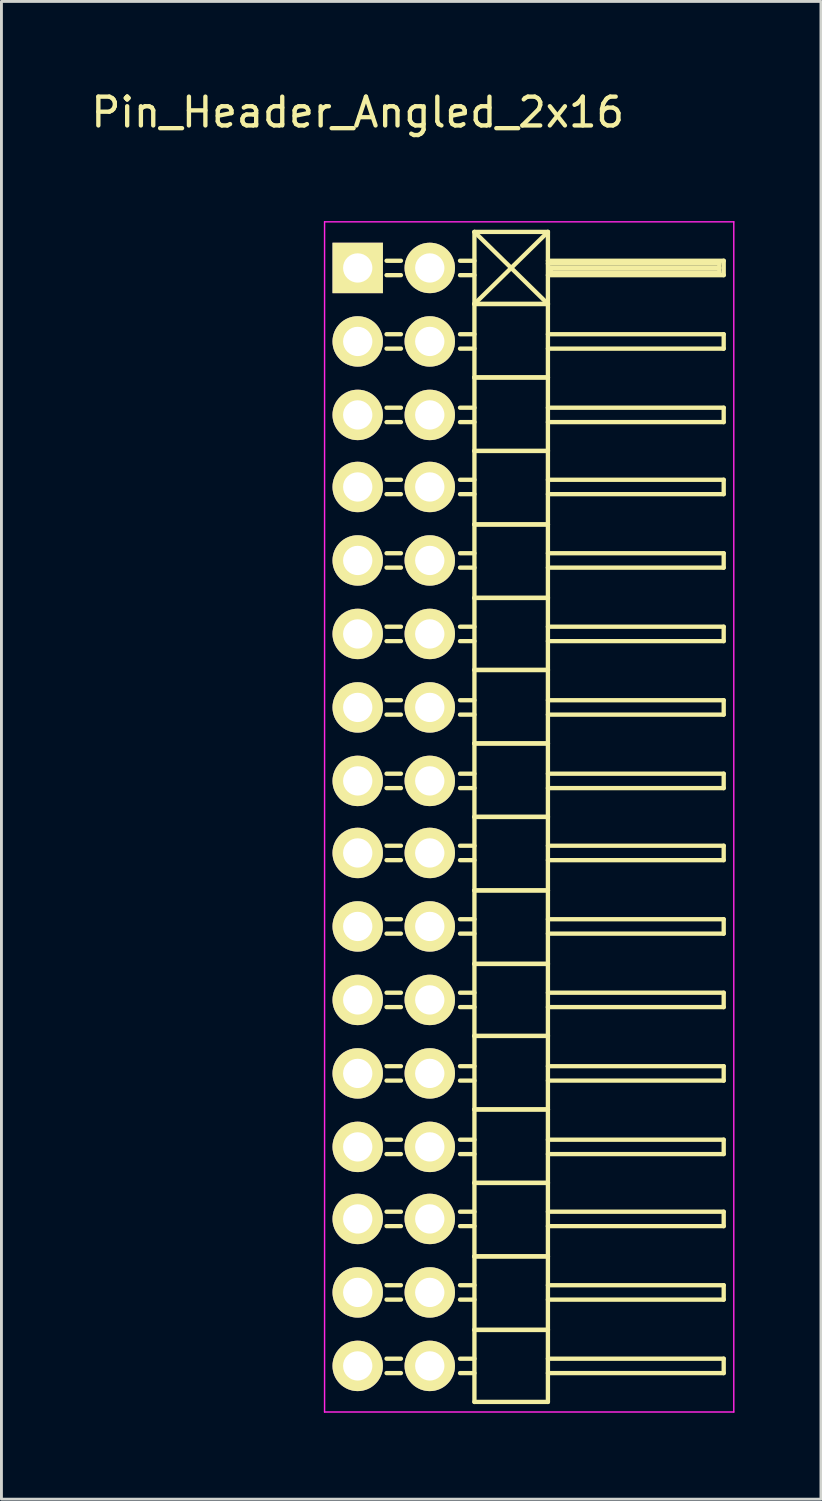
<source format=kicad_pcb>
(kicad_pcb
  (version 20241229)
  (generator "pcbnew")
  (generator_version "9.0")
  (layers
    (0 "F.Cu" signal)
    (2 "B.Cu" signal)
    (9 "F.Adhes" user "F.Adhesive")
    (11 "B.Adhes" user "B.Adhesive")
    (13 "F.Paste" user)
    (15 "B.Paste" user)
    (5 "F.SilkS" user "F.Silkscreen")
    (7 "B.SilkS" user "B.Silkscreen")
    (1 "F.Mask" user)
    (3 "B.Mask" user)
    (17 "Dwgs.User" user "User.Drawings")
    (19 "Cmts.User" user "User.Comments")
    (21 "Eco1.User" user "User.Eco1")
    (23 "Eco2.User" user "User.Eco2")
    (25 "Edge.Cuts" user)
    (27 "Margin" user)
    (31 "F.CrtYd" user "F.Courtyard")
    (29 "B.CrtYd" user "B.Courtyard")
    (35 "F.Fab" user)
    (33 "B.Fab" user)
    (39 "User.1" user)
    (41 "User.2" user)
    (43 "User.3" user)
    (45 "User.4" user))
  (footprint "Pin_Header_Angled_2x16"
    (layer "F.Cu")
    (at 9.363 6.248)
    (property "Reference" "Pin_Header_Angled_2x16" (at 0 -5.4 0) (layer "F.SilkS") (effects (font (size 1 1) (thickness 0.15))))
    (attr through_hole)
    (fp_line (start 1.5 -0.25) (end 1 -0.25) (stroke (width 0.15) (type solid)) (layer "F.SilkS"))
    (fp_line (start 1.5 0.25) (end 1 0.25) (stroke (width 0.15) (type solid)) (layer "F.SilkS"))
    (fp_line (start 1.5 2.3) (end 1 2.3) (stroke (width 0.15) (type solid)) (layer "F.SilkS"))
    (fp_line (start 1.5 2.8) (end 1 2.8) (stroke (width 0.15) (type solid)) (layer "F.SilkS"))
    (fp_line (start 1.5 4.85) (end 1 4.85) (stroke (width 0.15) (type solid)) (layer "F.SilkS"))
    (fp_line (start 1.5 5.35) (end 1 5.35) (stroke (width 0.15) (type solid)) (layer "F.SilkS"))
    (fp_line (start 1.5 7.35) (end 1 7.35) (stroke (width 0.15) (type solid)) (layer "F.SilkS"))
    (fp_line (start 1.5 7.85) (end 1 7.85) (stroke (width 0.15) (type solid)) (layer "F.SilkS"))
    (fp_line (start 1.5 9.9) (end 1 9.9) (stroke (width 0.15) (type solid)) (layer "F.SilkS"))
    (fp_line (start 1.5 10.4) (end 1 10.4) (stroke (width 0.15) (type solid)) (layer "F.SilkS"))
    (fp_line (start 1.5 12.45) (end 1 12.45) (stroke (width 0.15) (type solid)) (layer "F.SilkS"))
    (fp_line (start 1.5 12.95) (end 1 12.95) (stroke (width 0.15) (type solid)) (layer "F.SilkS"))
    (fp_line (start 1.5 15) (end 1 15) (stroke (width 0.15) (type solid)) (layer "F.SilkS"))
    (fp_line (start 1.5 15.5) (end 1 15.5) (stroke (width 0.15) (type solid)) (layer "F.SilkS"))
    (fp_line (start 1.5 17.55) (end 1 17.55) (stroke (width 0.15) (type solid)) (layer "F.SilkS"))
    (fp_line (start 1.5 18.05) (end 1 18.05) (stroke (width 0.15) (type solid)) (layer "F.SilkS"))
    (fp_line (start 1.5 20.05) (end 1 20.05) (stroke (width 0.15) (type solid)) (layer "F.SilkS"))
    (fp_line (start 1.5 20.55) (end 1 20.55) (stroke (width 0.15) (type solid)) (layer "F.SilkS"))
    (fp_line (start 1.5 22.6) (end 1 22.6) (stroke (width 0.15) (type solid)) (layer "F.SilkS"))
    (fp_line (start 1.5 23.1) (end 1 23.1) (stroke (width 0.15) (type solid)) (layer "F.SilkS"))
    (fp_line (start 1.5 25.15) (end 1 25.15) (stroke (width 0.15) (type solid)) (layer "F.SilkS"))
    (fp_line (start 1.5 25.65) (end 1 25.65) (stroke (width 0.15) (type solid)) (layer "F.SilkS"))
    (fp_line (start 1.5 27.7) (end 1 27.7) (stroke (width 0.15) (type solid)) (layer "F.SilkS"))
    (fp_line (start 1.5 28.2) (end 1 28.2) (stroke (width 0.15) (type solid)) (layer "F.SilkS"))
    (fp_line (start 1.5 30.25) (end 1 30.25) (stroke (width 0.15) (type solid)) (layer "F.SilkS"))
    (fp_line (start 1.5 30.75) (end 1 30.75) (stroke (width 0.15) (type solid)) (layer "F.SilkS"))
    (fp_line (start 1.5 32.75) (end 1 32.75) (stroke (width 0.15) (type solid)) (layer "F.SilkS"))
    (fp_line (start 1.5 33.25) (end 1 33.25) (stroke (width 0.15) (type solid)) (layer "F.SilkS"))
    (fp_line (start 1.5 35.3) (end 1 35.3) (stroke (width 0.15) (type solid)) (layer "F.SilkS"))
    (fp_line (start 1.5 35.8) (end 1 35.8) (stroke (width 0.15) (type solid)) (layer "F.SilkS"))
    (fp_line (start 1.5 37.85) (end 1 37.85) (stroke (width 0.15) (type solid)) (layer "F.SilkS"))
    (fp_line (start 1.5 38.35) (end 1 38.35) (stroke (width 0.15) (type solid)) (layer "F.SilkS"))
    (fp_line (start 4.05 -1.25) (end 4.05 1.25) (stroke (width 0.15) (type solid)) (layer "F.SilkS"))
    (fp_line (start 4.05 -1.25) (end 6.6 -1.25) (stroke (width 0.15) (type solid)) (layer "F.SilkS"))
    (fp_line (start 4.05 -1.25) (end 6.6 1.25) (stroke (width 0.15) (type solid)) (layer "F.SilkS"))
    (fp_line (start 4.05 -0.25) (end 3.55 -0.25) (stroke (width 0.15) (type solid)) (layer "F.SilkS"))
    (fp_line (start 4.05 0.25) (end 3.55 0.25) (stroke (width 0.15) (type solid)) (layer "F.SilkS"))
    (fp_line (start 4.05 1.25) (end 4.05 3.8) (stroke (width 0.15) (type solid)) (layer "F.SilkS"))
    (fp_line (start 4.05 1.25) (end 6.6 1.25) (stroke (width 0.15) (type solid)) (layer "F.SilkS"))
    (fp_line (start 4.05 1.25) (end 6.6 1.25) (stroke (width 0.15) (type solid)) (layer "F.SilkS"))
    (fp_line (start 4.05 2.3) (end 3.55 2.3) (stroke (width 0.15) (type solid)) (layer "F.SilkS"))
    (fp_line (start 4.05 2.8) (end 3.55 2.8) (stroke (width 0.15) (type solid)) (layer "F.SilkS"))
    (fp_line (start 4.05 3.8) (end 4.05 6.35) (stroke (width 0.15) (type solid)) (layer "F.SilkS"))
    (fp_line (start 4.05 3.8) (end 6.6 3.8) (stroke (width 0.15) (type solid)) (layer "F.SilkS"))
    (fp_line (start 4.05 3.8) (end 6.6 3.8) (stroke (width 0.15) (type solid)) (layer "F.SilkS"))
    (fp_line (start 4.05 4.85) (end 3.55 4.85) (stroke (width 0.15) (type solid)) (layer "F.SilkS"))
    (fp_line (start 4.05 5.35) (end 3.55 5.35) (stroke (width 0.15) (type solid)) (layer "F.SilkS"))
    (fp_line (start 4.05 6.35) (end 4.05 8.9) (stroke (width 0.15) (type solid)) (layer "F.SilkS"))
    (fp_line (start 4.05 6.35) (end 6.6 6.35) (stroke (width 0.15) (type solid)) (layer "F.SilkS"))
    (fp_line (start 4.05 6.35) (end 6.6 6.35) (stroke (width 0.15) (type solid)) (layer "F.SilkS"))
    (fp_line (start 4.05 7.35) (end 3.55 7.35) (stroke (width 0.15) (type solid)) (layer "F.SilkS"))
    (fp_line (start 4.05 7.85) (end 3.55 7.85) (stroke (width 0.15) (type solid)) (layer "F.SilkS"))
    (fp_line (start 4.05 8.9) (end 4.05 11.45) (stroke (width 0.15) (type solid)) (layer "F.SilkS"))
    (fp_line (start 4.05 8.9) (end 6.6 8.9) (stroke (width 0.15) (type solid)) (layer "F.SilkS"))
    (fp_line (start 4.05 8.9) (end 6.6 8.9) (stroke (width 0.15) (type solid)) (layer "F.SilkS"))
    (fp_line (start 4.05 9.9) (end 3.55 9.9) (stroke (width 0.15) (type solid)) (layer "F.SilkS"))
    (fp_line (start 4.05 10.4) (end 3.55 10.4) (stroke (width 0.15) (type solid)) (layer "F.SilkS"))
    (fp_line (start 4.05 11.45) (end 4.05 13.95) (stroke (width 0.15) (type solid)) (layer "F.SilkS"))
    (fp_line (start 4.05 11.45) (end 6.6 11.45) (stroke (width 0.15) (type solid)) (layer "F.SilkS"))
    (fp_line (start 4.05 11.45) (end 6.6 11.45) (stroke (width 0.15) (type solid)) (layer "F.SilkS"))
    (fp_line (start 4.05 12.45) (end 3.55 12.45) (stroke (width 0.15) (type solid)) (layer "F.SilkS"))
    (fp_line (start 4.05 12.95) (end 3.55 12.95) (stroke (width 0.15) (type solid)) (layer "F.SilkS"))
    (fp_line (start 4.05 13.95) (end 4.05 16.5) (stroke (width 0.15) (type solid)) (layer "F.SilkS"))
    (fp_line (start 4.05 13.95) (end 6.6 13.95) (stroke (width 0.15) (type solid)) (layer "F.SilkS"))
    (fp_line (start 4.05 13.95) (end 6.6 13.95) (stroke (width 0.15) (type solid)) (layer "F.SilkS"))
    (fp_line (start 4.05 15) (end 3.55 15) (stroke (width 0.15) (type solid)) (layer "F.SilkS"))
    (fp_line (start 4.05 15.5) (end 3.55 15.5) (stroke (width 0.15) (type solid)) (layer "F.SilkS"))
    (fp_line (start 4.05 16.5) (end 4.05 19.05) (stroke (width 0.15) (type solid)) (layer "F.SilkS"))
    (fp_line (start 4.05 16.5) (end 6.6 16.5) (stroke (width 0.15) (type solid)) (layer "F.SilkS"))
    (fp_line (start 4.05 16.5) (end 6.6 16.5) (stroke (width 0.15) (type solid)) (layer "F.SilkS"))
    (fp_line (start 4.05 17.55) (end 3.55 17.55) (stroke (width 0.15) (type solid)) (layer "F.SilkS"))
    (fp_line (start 4.05 18.05) (end 3.55 18.05) (stroke (width 0.15) (type solid)) (layer "F.SilkS"))
    (fp_line (start 4.05 19.05) (end 4.05 21.6) (stroke (width 0.15) (type solid)) (layer "F.SilkS"))
    (fp_line (start 4.05 19.05) (end 6.6 19.05) (stroke (width 0.15) (type solid)) (layer "F.SilkS"))
    (fp_line (start 4.05 19.05) (end 6.6 19.05) (stroke (width 0.15) (type solid)) (layer "F.SilkS"))
    (fp_line (start 4.05 20.05) (end 3.55 20.05) (stroke (width 0.15) (type solid)) (layer "F.SilkS"))
    (fp_line (start 4.05 20.55) (end 3.55 20.55) (stroke (width 0.15) (type solid)) (layer "F.SilkS"))
    (fp_line (start 4.05 21.6) (end 4.05 24.15) (stroke (width 0.15) (type solid)) (layer "F.SilkS"))
    (fp_line (start 4.05 21.6) (end 6.6 21.6) (stroke (width 0.15) (type solid)) (layer "F.SilkS"))
    (fp_line (start 4.05 21.6) (end 6.6 21.6) (stroke (width 0.15) (type solid)) (layer "F.SilkS"))
    (fp_line (start 4.05 22.6) (end 3.55 22.6) (stroke (width 0.15) (type solid)) (layer "F.SilkS"))
    (fp_line (start 4.05 23.1) (end 3.55 23.1) (stroke (width 0.15) (type solid)) (layer "F.SilkS"))
    (fp_line (start 4.05 24.15) (end 4.05 26.65) (stroke (width 0.15) (type solid)) (layer "F.SilkS"))
    (fp_line (start 4.05 24.15) (end 6.6 24.15) (stroke (width 0.15) (type solid)) (layer "F.SilkS"))
    (fp_line (start 4.05 24.15) (end 6.6 24.15) (stroke (width 0.15) (type solid)) (layer "F.SilkS"))
    (fp_line (start 4.05 25.15) (end 3.55 25.15) (stroke (width 0.15) (type solid)) (layer "F.SilkS"))
    (fp_line (start 4.05 25.65) (end 3.55 25.65) (stroke (width 0.15) (type solid)) (layer "F.SilkS"))
    (fp_line (start 4.05 26.65) (end 4.05 29.2) (stroke (width 0.15) (type solid)) (layer "F.SilkS"))
    (fp_line (start 4.05 26.65) (end 6.6 26.65) (stroke (width 0.15) (type solid)) (layer "F.SilkS"))
    (fp_line (start 4.05 26.65) (end 6.6 26.65) (stroke (width 0.15) (type solid)) (layer "F.SilkS"))
    (fp_line (start 4.05 27.7) (end 3.55 27.7) (stroke (width 0.15) (type solid)) (layer "F.SilkS"))
    (fp_line (start 4.05 28.2) (end 3.55 28.2) (stroke (width 0.15) (type solid)) (layer "F.SilkS"))
    (fp_line (start 4.05 29.2) (end 4.05 31.75) (stroke (width 0.15) (type solid)) (layer "F.SilkS"))
    (fp_line (start 4.05 29.2) (end 6.6 29.2) (stroke (width 0.15) (type solid)) (layer "F.SilkS"))
    (fp_line (start 4.05 29.2) (end 6.6 29.2) (stroke (width 0.15) (type solid)) (layer "F.SilkS"))
    (fp_line (start 4.05 30.25) (end 3.55 30.25) (stroke (width 0.15) (type solid)) (layer "F.SilkS"))
    (fp_line (start 4.05 30.75) (end 3.55 30.75) (stroke (width 0.15) (type solid)) (layer "F.SilkS"))
    (fp_line (start 4.05 31.75) (end 4.05 34.3) (stroke (width 0.15) (type solid)) (layer "F.SilkS"))
    (fp_line (start 4.05 31.75) (end 6.6 31.75) (stroke (width 0.15) (type solid)) (layer "F.SilkS"))
    (fp_line (start 4.05 31.75) (end 6.6 31.75) (stroke (width 0.15) (type solid)) (layer "F.SilkS"))
    (fp_line (start 4.05 32.75) (end 3.55 32.75) (stroke (width 0.15) (type solid)) (layer "F.SilkS"))
    (fp_line (start 4.05 33.25) (end 3.55 33.25) (stroke (width 0.15) (type solid)) (layer "F.SilkS"))
    (fp_line (start 4.05 34.3) (end 4.05 36.85) (stroke (width 0.15) (type solid)) (layer "F.SilkS"))
    (fp_line (start 4.05 34.3) (end 6.6 34.3) (stroke (width 0.15) (type solid)) (layer "F.SilkS"))
    (fp_line (start 4.05 34.3) (end 6.6 34.3) (stroke (width 0.15) (type solid)) (layer "F.SilkS"))
    (fp_line (start 4.05 35.3) (end 3.55 35.3) (stroke (width 0.15) (type solid)) (layer "F.SilkS"))
    (fp_line (start 4.05 35.8) (end 3.55 35.8) (stroke (width 0.15) (type solid)) (layer "F.SilkS"))
    (fp_line (start 4.05 36.85) (end 4.05 39.35) (stroke (width 0.15) (type solid)) (layer "F.SilkS"))
    (fp_line (start 4.05 36.85) (end 6.6 36.85) (stroke (width 0.15) (type solid)) (layer "F.SilkS"))
    (fp_line (start 4.05 36.85) (end 6.6 36.85) (stroke (width 0.15) (type solid)) (layer "F.SilkS"))
    (fp_line (start 4.05 37.85) (end 3.55 37.85) (stroke (width 0.15) (type solid)) (layer "F.SilkS"))
    (fp_line (start 4.05 38.35) (end 3.55 38.35) (stroke (width 0.15) (type solid)) (layer "F.SilkS"))
    (fp_line (start 4.05 39.35) (end 6.6 39.35) (stroke (width 0.15) (type solid)) (layer "F.SilkS"))
    (fp_line (start 6.6 -1.25) (end 4.05 1.25) (stroke (width 0.15) (type solid)) (layer "F.SilkS"))
    (fp_line (start 6.6 -0.25) (end 12.7 -0.25) (stroke (width 0.15) (type solid)) (layer "F.SilkS"))
    (fp_line (start 6.6 -0.15) (end 12.55 -0.15) (stroke (width 0.15) (type solid)) (layer "F.SilkS"))
    (fp_line (start 6.6 1.25) (end 6.6 -1.25) (stroke (width 0.15) (type solid)) (layer "F.SilkS"))
    (fp_line (start 6.6 2.3) (end 12.7 2.3) (stroke (width 0.15) (type solid)) (layer "F.SilkS"))
    (fp_line (start 6.6 3.8) (end 6.6 1.25) (stroke (width 0.15) (type solid)) (layer "F.SilkS"))
    (fp_line (start 6.6 4.85) (end 12.7 4.85) (stroke (width 0.15) (type solid)) (layer "F.SilkS"))
    (fp_line (start 6.6 6.35) (end 6.6 3.8) (stroke (width 0.15) (type solid)) (layer "F.SilkS"))
    (fp_line (start 6.6 7.35) (end 12.7 7.35) (stroke (width 0.15) (type solid)) (layer "F.SilkS"))
    (fp_line (start 6.6 8.9) (end 6.6 6.35) (stroke (width 0.15) (type solid)) (layer "F.SilkS"))
    (fp_line (start 6.6 9.9) (end 12.7 9.9) (stroke (width 0.15) (type solid)) (layer "F.SilkS"))
    (fp_line (start 6.6 11.45) (end 6.6 8.9) (stroke (width 0.15) (type solid)) (layer "F.SilkS"))
    (fp_line (start 6.6 12.45) (end 12.7 12.45) (stroke (width 0.15) (type solid)) (layer "F.SilkS"))
    (fp_line (start 6.6 13.95) (end 6.6 11.45) (stroke (width 0.15) (type solid)) (layer "F.SilkS"))
    (fp_line (start 6.6 15) (end 12.7 15) (stroke (width 0.15) (type solid)) (layer "F.SilkS"))
    (fp_line (start 6.6 16.5) (end 6.6 13.95) (stroke (width 0.15) (type solid)) (layer "F.SilkS"))
    (fp_line (start 6.6 17.55) (end 12.7 17.55) (stroke (width 0.15) (type solid)) (layer "F.SilkS"))
    (fp_line (start 6.6 19.05) (end 6.6 16.5) (stroke (width 0.15) (type solid)) (layer "F.SilkS"))
    (fp_line (start 6.6 20.05) (end 12.7 20.05) (stroke (width 0.15) (type solid)) (layer "F.SilkS"))
    (fp_line (start 6.6 21.6) (end 6.6 19.05) (stroke (width 0.15) (type solid)) (layer "F.SilkS"))
    (fp_line (start 6.6 22.6) (end 12.7 22.6) (stroke (width 0.15) (type solid)) (layer "F.SilkS"))
    (fp_line (start 6.6 24.15) (end 6.6 21.6) (stroke (width 0.15) (type solid)) (layer "F.SilkS"))
    (fp_line (start 6.6 25.15) (end 12.7 25.15) (stroke (width 0.15) (type solid)) (layer "F.SilkS"))
    (fp_line (start 6.6 26.65) (end 6.6 24.15) (stroke (width 0.15) (type solid)) (layer "F.SilkS"))
    (fp_line (start 6.6 27.7) (end 12.7 27.7) (stroke (width 0.15) (type solid)) (layer "F.SilkS"))
    (fp_line (start 6.6 29.2) (end 6.6 26.65) (stroke (width 0.15) (type solid)) (layer "F.SilkS"))
    (fp_line (start 6.6 30.25) (end 12.7 30.25) (stroke (width 0.15) (type solid)) (layer "F.SilkS"))
    (fp_line (start 6.6 31.75) (end 6.6 29.2) (stroke (width 0.15) (type solid)) (layer "F.SilkS"))
    (fp_line (start 6.6 32.75) (end 12.7 32.75) (stroke (width 0.15) (type solid)) (layer "F.SilkS"))
    (fp_line (start 6.6 34.3) (end 6.6 31.75) (stroke (width 0.15) (type solid)) (layer "F.SilkS"))
    (fp_line (start 6.6 35.3) (end 12.7 35.3) (stroke (width 0.15) (type solid)) (layer "F.SilkS"))
    (fp_line (start 6.6 36.85) (end 6.6 34.3) (stroke (width 0.15) (type solid)) (layer "F.SilkS"))
    (fp_line (start 6.6 37.85) (end 12.7 37.85) (stroke (width 0.15) (type solid)) (layer "F.SilkS"))
    (fp_line (start 6.6 39.35) (end 6.6 36.85) (stroke (width 0.15) (type solid)) (layer "F.SilkS"))
    (fp_line (start 6.7 0) (end 12.55 0) (stroke (width 0.15) (type solid)) (layer "F.SilkS"))
    (fp_line (start 6.7 0.15) (end 6.7 0) (stroke (width 0.15) (type solid)) (layer "F.SilkS"))
    (fp_line (start 12.55 -0.15) (end 12.55 0.15) (stroke (width 0.15) (type solid)) (layer "F.SilkS"))
    (fp_line (start 12.55 0.15) (end 6.7 0.15) (stroke (width 0.15) (type solid)) (layer "F.SilkS"))
    (fp_line (start 12.7 -0.25) (end 12.7 0.25) (stroke (width 0.15) (type solid)) (layer "F.SilkS"))
    (fp_line (start 12.7 0.25) (end 6.6 0.25) (stroke (width 0.15) (type solid)) (layer "F.SilkS"))
    (fp_line (start 12.7 2.3) (end 12.7 2.8) (stroke (width 0.15) (type solid)) (layer "F.SilkS"))
    (fp_line (start 12.7 2.8) (end 6.6 2.8) (stroke (width 0.15) (type solid)) (layer "F.SilkS"))
    (fp_line (start 12.7 4.85) (end 12.7 5.35) (stroke (width 0.15) (type solid)) (layer "F.SilkS"))
    (fp_line (start 12.7 5.35) (end 6.6 5.35) (stroke (width 0.15) (type solid)) (layer "F.SilkS"))
    (fp_line (start 12.7 7.35) (end 12.7 7.85) (stroke (width 0.15) (type solid)) (layer "F.SilkS"))
    (fp_line (start 12.7 7.85) (end 6.6 7.85) (stroke (width 0.15) (type solid)) (layer "F.SilkS"))
    (fp_line (start 12.7 9.9) (end 12.7 10.4) (stroke (width 0.15) (type solid)) (layer "F.SilkS"))
    (fp_line (start 12.7 10.4) (end 6.6 10.4) (stroke (width 0.15) (type solid)) (layer "F.SilkS"))
    (fp_line (start 12.7 12.45) (end 12.7 12.95) (stroke (width 0.15) (type solid)) (layer "F.SilkS"))
    (fp_line (start 12.7 12.95) (end 6.6 12.95) (stroke (width 0.15) (type solid)) (layer "F.SilkS"))
    (fp_line (start 12.7 15) (end 12.7 15.5) (stroke (width 0.15) (type solid)) (layer "F.SilkS"))
    (fp_line (start 12.7 15.5) (end 6.6 15.5) (stroke (width 0.15) (type solid)) (layer "F.SilkS"))
    (fp_line (start 12.7 17.55) (end 12.7 18.05) (stroke (width 0.15) (type solid)) (layer "F.SilkS"))
    (fp_line (start 12.7 18.05) (end 6.6 18.05) (stroke (width 0.15) (type solid)) (layer "F.SilkS"))
    (fp_line (start 12.7 20.05) (end 12.7 20.55) (stroke (width 0.15) (type solid)) (layer "F.SilkS"))
    (fp_line (start 12.7 20.55) (end 6.6 20.55) (stroke (width 0.15) (type solid)) (layer "F.SilkS"))
    (fp_line (start 12.7 22.6) (end 12.7 23.1) (stroke (width 0.15) (type solid)) (layer "F.SilkS"))
    (fp_line (start 12.7 23.1) (end 6.6 23.1) (stroke (width 0.15) (type solid)) (layer "F.SilkS"))
    (fp_line (start 12.7 25.15) (end 12.7 25.65) (stroke (width 0.15) (type solid)) (layer "F.SilkS"))
    (fp_line (start 12.7 25.65) (end 6.6 25.65) (stroke (width 0.15) (type solid)) (layer "F.SilkS"))
    (fp_line (start 12.7 27.7) (end 12.7 28.2) (stroke (width 0.15) (type solid)) (layer "F.SilkS"))
    (fp_line (start 12.7 28.2) (end 6.6 28.2) (stroke (width 0.15) (type solid)) (layer "F.SilkS"))
    (fp_line (start 12.7 30.25) (end 12.7 30.75) (stroke (width 0.15) (type solid)) (layer "F.SilkS"))
    (fp_line (start 12.7 30.75) (end 6.6 30.75) (stroke (width 0.15) (type solid)) (layer "F.SilkS"))
    (fp_line (start 12.7 32.75) (end 12.7 33.25) (stroke (width 0.15) (type solid)) (layer "F.SilkS"))
    (fp_line (start 12.7 33.25) (end 6.6 33.25) (stroke (width 0.15) (type solid)) (layer "F.SilkS"))
    (fp_line (start 12.7 35.3) (end 12.7 35.8) (stroke (width 0.15) (type solid)) (layer "F.SilkS"))
    (fp_line (start 12.7 35.8) (end 6.6 35.8) (stroke (width 0.15) (type solid)) (layer "F.SilkS"))
    (fp_line (start 12.7 37.85) (end 12.7 38.35) (stroke (width 0.15) (type solid)) (layer "F.SilkS"))
    (fp_line (start 12.7 38.35) (end 6.6 38.35) (stroke (width 0.15) (type solid)) (layer "F.SilkS"))
    (fp_line (start -1.15 -1.6) (end -1.15 39.7) (stroke (width 0.05) (type solid)) (layer "F.CrtYd"))
    (fp_line (start -1.15 -1.6) (end 13.05 -1.6) (stroke (width 0.05) (type solid)) (layer "F.CrtYd"))
    (fp_line (start -1.15 39.7) (end 13.05 39.7) (stroke (width 0.05) (type solid)) (layer "F.CrtYd"))
    (fp_line (start 13.05 -1.6) (end 13.05 39.7) (stroke (width 0.05) (type solid)) (layer "F.CrtYd"))
    (pad "1" thru_hole rect (at 0 0) (size 1.75 1.75) (drill 1.016) (layers "*.Cu" "*.Mask" "F.SilkS"))
    (pad "2" thru_hole oval (at 2.5 0) (size 1.75 1.75) (drill 1.016) (layers "*.Cu" "*.Mask" "F.SilkS"))
    (pad "3" thru_hole oval (at 0 2.55) (size 1.75 1.75) (drill 1.016) (layers "*.Cu" "*.Mask" "F.SilkS"))
    (pad "4" thru_hole oval (at 2.5 2.55) (size 1.75 1.75) (drill 1.016) (layers "*.Cu" "*.Mask" "F.SilkS"))
    (pad "5" thru_hole oval (at 0 5.1) (size 1.75 1.75) (drill 1.016) (layers "*.Cu" "*.Mask" "F.SilkS"))
    (pad "6" thru_hole oval (at 2.5 5.1) (size 1.75 1.75) (drill 1.016) (layers "*.Cu" "*.Mask" "F.SilkS"))
    (pad "7" thru_hole oval (at 0 7.6) (size 1.75 1.75) (drill 1.016) (layers "*.Cu" "*.Mask" "F.SilkS"))
    (pad "8" thru_hole oval (at 2.5 7.6) (size 1.75 1.75) (drill 1.016) (layers "*.Cu" "*.Mask" "F.SilkS"))
    (pad "9" thru_hole oval (at 0 10.15) (size 1.75 1.75) (drill 1.016) (layers "*.Cu" "*.Mask" "F.SilkS"))
    (pad "10" thru_hole oval (at 2.5 10.15) (size 1.75 1.75) (drill 1.016) (layers "*.Cu" "*.Mask" "F.SilkS"))
    (pad "11" thru_hole oval (at 0 12.7) (size 1.75 1.75) (drill 1.016) (layers "*.Cu" "*.Mask" "F.SilkS"))
    (pad "12" thru_hole oval (at 2.5 12.7) (size 1.75 1.75) (drill 1.016) (layers "*.Cu" "*.Mask" "F.SilkS"))
    (pad "13" thru_hole oval (at 0 15.25) (size 1.75 1.75) (drill 1.016) (layers "*.Cu" "*.Mask" "F.SilkS"))
    (pad "14" thru_hole oval (at 2.5 15.25) (size 1.75 1.75) (drill 1.016) (layers "*.Cu" "*.Mask" "F.SilkS"))
    (pad "15" thru_hole oval (at 0 17.8) (size 1.75 1.75) (drill 1.016) (layers "*.Cu" "*.Mask" "F.SilkS"))
    (pad "16" thru_hole oval (at 2.5 17.8) (size 1.75 1.75) (drill 1.016) (layers "*.Cu" "*.Mask" "F.SilkS"))
    (pad "17" thru_hole oval (at 0 20.3) (size 1.75 1.75) (drill 1.016) (layers "*.Cu" "*.Mask" "F.SilkS"))
    (pad "18" thru_hole oval (at 2.5 20.3) (size 1.75 1.75) (drill 1.016) (layers "*.Cu" "*.Mask" "F.SilkS"))
    (pad "19" thru_hole oval (at 0 22.85) (size 1.75 1.75) (drill 1.016) (layers "*.Cu" "*.Mask" "F.SilkS"))
    (pad "20" thru_hole oval (at 2.5 22.85) (size 1.75 1.75) (drill 1.016) (layers "*.Cu" "*.Mask" "F.SilkS"))
    (pad "21" thru_hole oval (at 0 25.4) (size 1.75 1.75) (drill 1.016) (layers "*.Cu" "*.Mask" "F.SilkS"))
    (pad "22" thru_hole oval (at 2.5 25.4) (size 1.75 1.75) (drill 1.016) (layers "*.Cu" "*.Mask" "F.SilkS"))
    (pad "23" thru_hole oval (at 0 27.95) (size 1.75 1.75) (drill 1.016) (layers "*.Cu" "*.Mask" "F.SilkS"))
    (pad "24" thru_hole oval (at 2.5 27.95) (size 1.75 1.75) (drill 1.016) (layers "*.Cu" "*.Mask" "F.SilkS"))
    (pad "25" thru_hole oval (at 0 30.5) (size 1.75 1.75) (drill 1.016) (layers "*.Cu" "*.Mask" "F.SilkS"))
    (pad "26" thru_hole oval (at 2.5 30.5) (size 1.75 1.75) (drill 1.016) (layers "*.Cu" "*.Mask" "F.SilkS"))
    (pad "27" thru_hole oval (at 0 33) (size 1.75 1.75) (drill 1.016) (layers "*.Cu" "*.Mask" "F.SilkS"))
    (pad "28" thru_hole oval (at 2.5 33) (size 1.75 1.75) (drill 1.016) (layers "*.Cu" "*.Mask" "F.SilkS"))
    (pad "29" thru_hole oval (at 0 35.55) (size 1.75 1.75) (drill 1.016) (layers "*.Cu" "*.Mask" "F.SilkS"))
    (pad "30" thru_hole oval (at 2.5 35.55) (size 1.75 1.75) (drill 1.016) (layers "*.Cu" "*.Mask" "F.SilkS"))
    (pad "31" thru_hole oval (at 0 38.1) (size 1.75 1.75) (drill 1.016) (layers "*.Cu" "*.Mask" "F.SilkS"))
    (pad "32" thru_hole oval (at 2.5 38.1) (size 1.75 1.75) (drill 1.016) (layers "*.Cu" "*.Mask" "F.SilkS")))
  (gr_rect
    (start -3 -3)
    (end 25.438 48.973)
    (stroke (width 0.1) (type default))
    (fill no)
    (layer "Edge.Cuts")))
</source>
